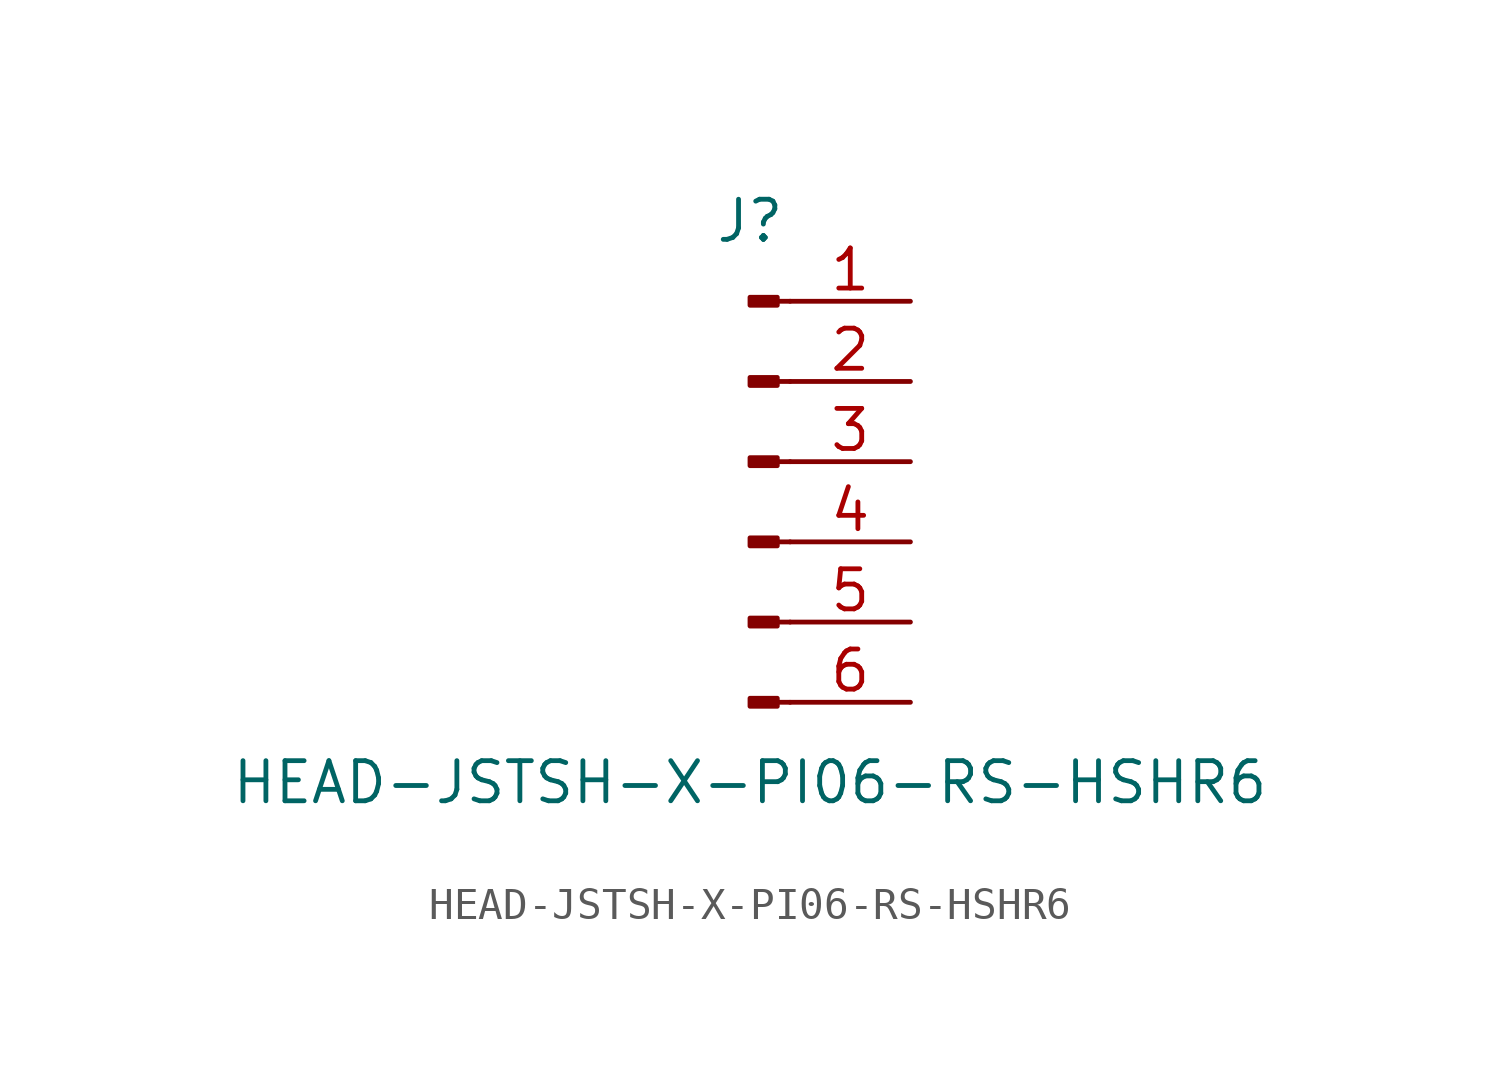
<source format=kicad_sym>
(kicad_symbol_lib
  (version 20211014)
  (generator kicad_symbol_editor)
  (symbol "HEAD-JSTSH-X-PI06-RS-HSHR6"
    (pin_names
      (offset 1.016) hide)
    (property "Reference" "J"
      (at 0 7.62 0)
      (effects (font (size 1.27 1.27))))
    (property "Value" "HEAD-JSTSH-X-PI06-RS-HSHR6"
      (at 0 -10.16 0)
      (effects (font (size 1.27 1.27))))
    (symbol "HEAD-JSTSH-X-PI06-RS-HSHR6_1_1"
      (polyline (pts (xy 1.27 -7.62) (xy 0.864 -7.62)) (stroke (width 0.152) (type default) (color 0 0 0 0)) (fill (type none)))
      (polyline (pts (xy 1.27 -5.08) (xy 0.864 -5.08)) (stroke (width 0.152) (type default) (color 0 0 0 0)) (fill (type none)))
      (polyline (pts (xy 1.27 -2.54) (xy 0.864 -2.54)) (stroke (width 0.152) (type default) (color 0 0 0 0)) (fill (type none)))
      (polyline (pts (xy 1.27 0) (xy 0.864 0)) (stroke (width 0.152) (type default) (color 0 0 0 0)) (fill (type none)))
      (polyline (pts (xy 1.27 2.54) (xy 0.864 2.54)) (stroke (width 0.152) (type default) (color 0 0 0 0)) (fill (type none)))
      (polyline (pts (xy 1.27 5.08) (xy 0.864 5.08)) (stroke (width 0.152) (type default) (color 0 0 0 0)) (fill (type none)))
      (rectangle (start 0.864 -7.493) (end 0 -7.747) (stroke (width 0.152) (type default) (color 0 0 0 0)) (fill (type outline)))
      (rectangle (start 0.864 -4.953) (end 0 -5.207) (stroke (width 0.152) (type default) (color 0 0 0 0)) (fill (type outline)))
      (rectangle (start 0.864 -2.413) (end 0 -2.667) (stroke (width 0.152) (type default) (color 0 0 0 0)) (fill (type outline)))
      (rectangle (start 0.864 0.127) (end 0 -0.127) (stroke (width 0.152) (type default) (color 0 0 0 0)) (fill (type outline)))
      (rectangle (start 0.864 2.667) (end 0 2.413) (stroke (width 0.152) (type default) (color 0 0 0 0)) (fill (type outline)))
      (rectangle (start 0.864 5.207) (end 0 4.953) (stroke (width 0.152) (type default) (color 0 0 0 0)) (fill (type outline)))
      (pin passive line (at 5.08 5.08 180) (length 3.81) (name "Pin_1" (effects (font (size 1.27 1.27)))) (number "1" (effects (font (size 1.27 1.27)))))
      (pin passive line (at 5.08 2.54 180) (length 3.81) (name "Pin_2" (effects (font (size 1.27 1.27)))) (number "2" (effects (font (size 1.27 1.27)))))
      (pin passive line (at 5.08 0 180) (length 3.81) (name "Pin_3" (effects (font (size 1.27 1.27)))) (number "3" (effects (font (size 1.27 1.27)))))
      (pin passive line (at 5.08 -2.54 180) (length 3.81) (name "Pin_4" (effects (font (size 1.27 1.27)))) (number "4" (effects (font (size 1.27 1.27)))))
      (pin passive line (at 5.08 -5.08 180) (length 3.81) (name "Pin_5" (effects (font (size 1.27 1.27)))) (number "5" (effects (font (size 1.27 1.27)))))
      (pin passive line (at 5.08 -7.62 180) (length 3.81) (name "Pin_6" (effects (font (size 1.27 1.27)))) (number "6" (effects (font (size 1.27 1.27))))))))
</source>
